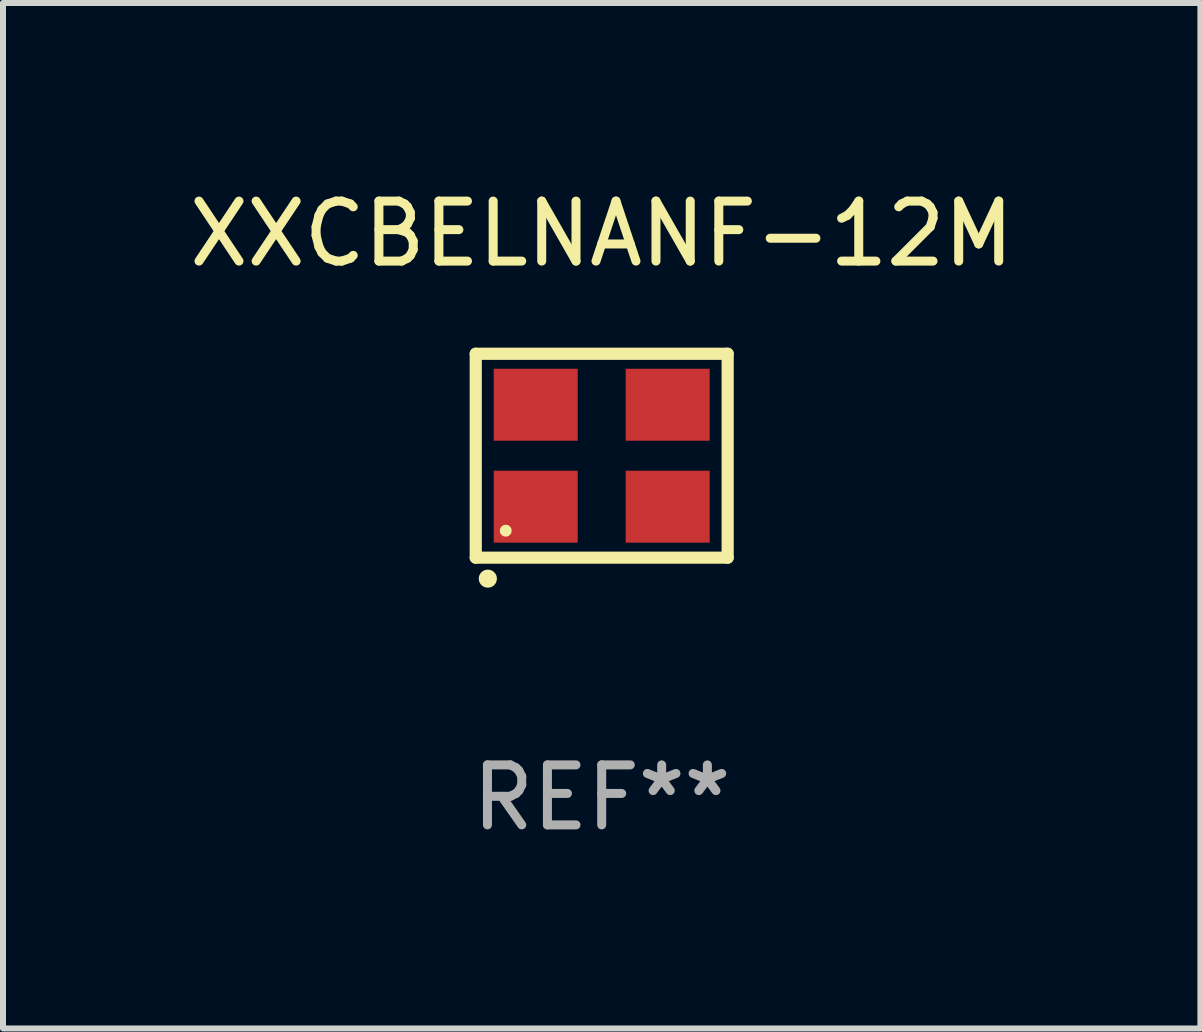
<source format=kicad_pcb>
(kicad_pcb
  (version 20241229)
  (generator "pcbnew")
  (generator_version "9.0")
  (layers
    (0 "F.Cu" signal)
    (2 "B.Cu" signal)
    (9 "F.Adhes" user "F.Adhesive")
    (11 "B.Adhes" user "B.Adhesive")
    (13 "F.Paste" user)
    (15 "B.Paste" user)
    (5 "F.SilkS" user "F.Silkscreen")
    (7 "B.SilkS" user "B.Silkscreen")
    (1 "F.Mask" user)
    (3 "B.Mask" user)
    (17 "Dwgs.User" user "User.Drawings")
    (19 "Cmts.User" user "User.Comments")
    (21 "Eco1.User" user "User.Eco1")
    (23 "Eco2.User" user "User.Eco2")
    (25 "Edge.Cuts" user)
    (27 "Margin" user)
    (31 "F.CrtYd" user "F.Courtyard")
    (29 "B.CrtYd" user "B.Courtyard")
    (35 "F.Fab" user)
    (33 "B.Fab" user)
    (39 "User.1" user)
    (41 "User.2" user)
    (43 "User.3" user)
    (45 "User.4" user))
  (footprint "XXCBELNANF-12M"
    (layer "F.Cu")
    (at 6.982 4.548)
    (property "Reference" "XXCBELNANF-12M" (at 0 -3.7 0) (layer "F.SilkS") (effects (font (size 1 1) (thickness 0.15))))
    (attr through_hole)
    (fp_line (start -2.1 -1.7) (end -2.1 1.7) (stroke (width 0.203) (type solid)) (layer "F.SilkS"))
    (fp_line (start -2.1 1.7) (end 2.1 1.7) (stroke (width 0.203) (type solid)) (layer "F.SilkS"))
    (fp_line (start 2.1 -1.7) (end -2.1 -1.7) (stroke (width 0.203) (type solid)) (layer "F.SilkS"))
    (fp_line (start 2.1 1.7) (end 2.1 -1.7) (stroke (width 0.203) (type solid)) (layer "F.SilkS"))
    (fp_arc (start -1.899924 2.049784) (mid -1.898654 2.049779) (end -1.897384 2.049784) (stroke (width 0.3) (type solid)) (layer "F.SilkS"))
    (fp_circle (center -1.6 1.25) (end -1.55 1.25) (stroke (width 0.1) (type solid)) (fill no) (layer "F.SilkS"))
    (fp_text user "REF**" (at 0 5.7 0) (layer "F.Fab") (effects (font (size 1 1) (thickness 0.15))))
    (pad "1" smd rect (at -1.1 0.85) (size 1.4 1.2) (layers "F.Cu" "F.Mask" "F.Paste"))
    (pad "2" smd rect (at 1.1 0.85) (size 1.4 1.2) (layers "F.Cu" "F.Mask" "F.Paste"))
    (pad "3" smd rect (at 1.1 -0.85) (size 1.4 1.2) (layers "F.Cu" "F.Mask" "F.Paste"))
    (pad "4" smd rect (at -1.1 -0.85) (size 1.4 1.2) (layers "F.Cu" "F.Mask" "F.Paste")))
  (gr_rect
    (start -3 -3)
    (end 16.964 14.097)
    (stroke (width 0.1) (type default))
    (fill no)
    (layer "Edge.Cuts")))
</source>
